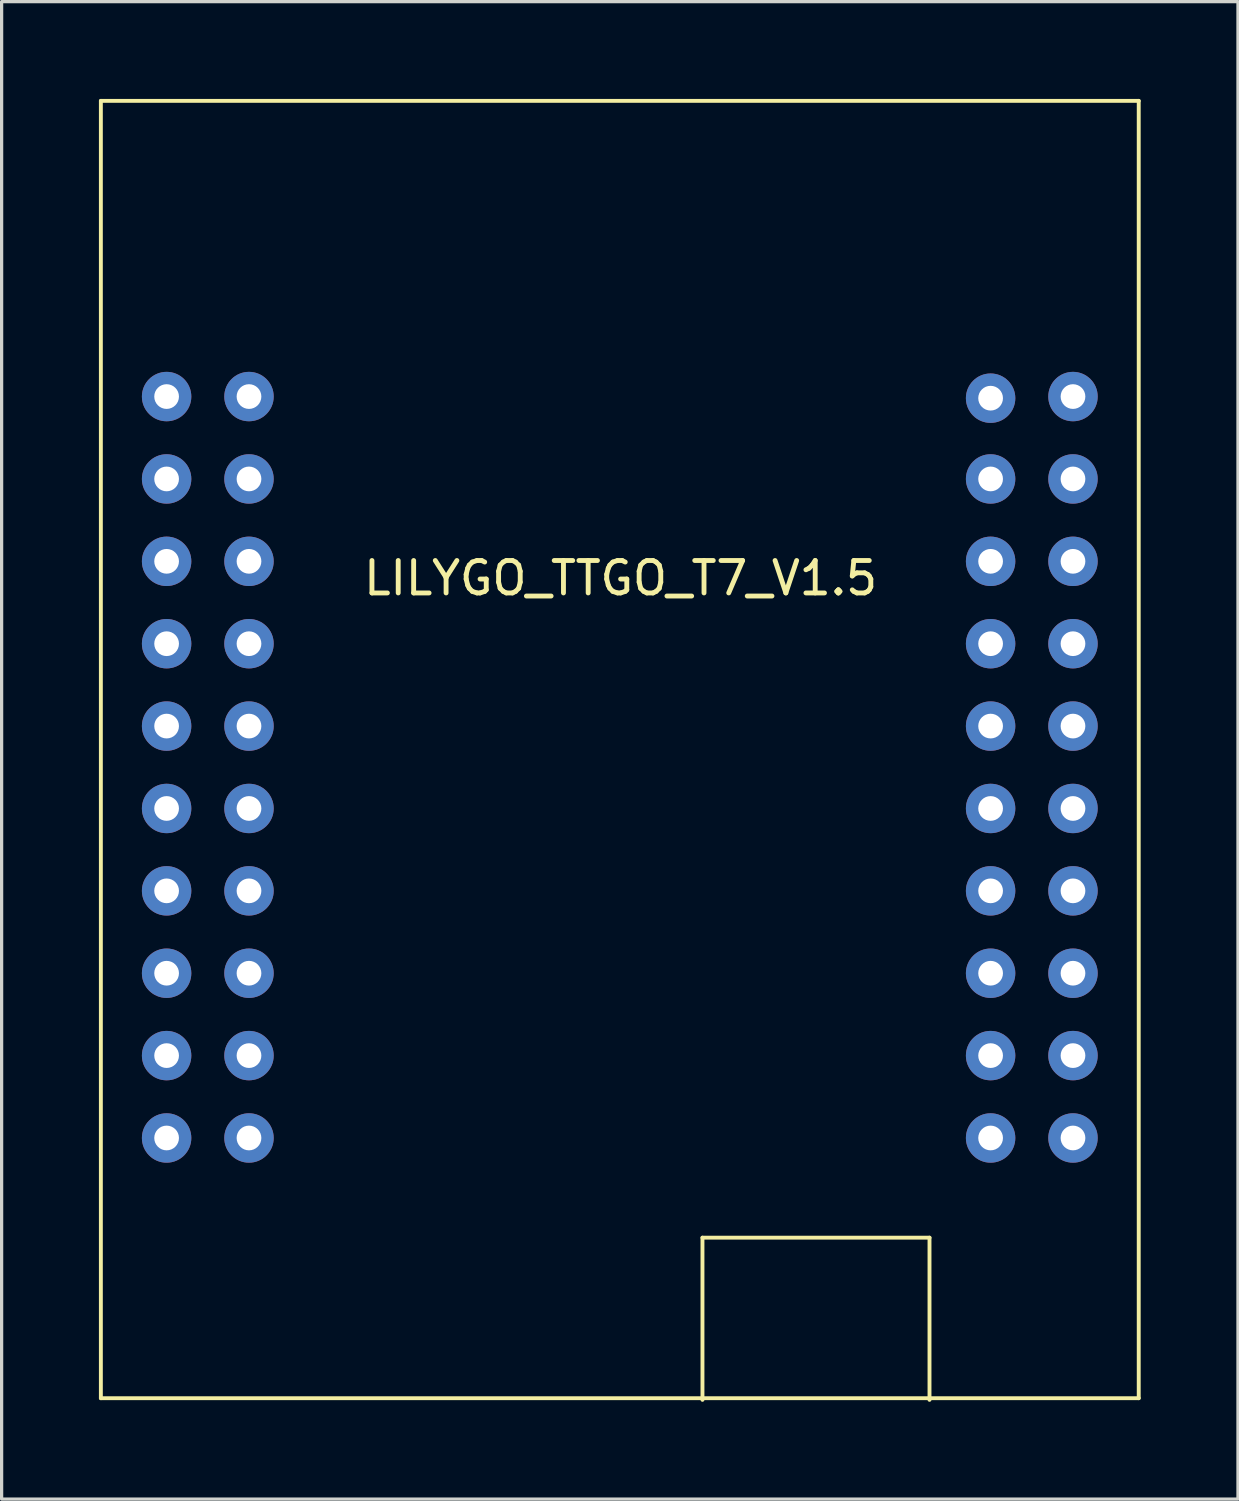
<source format=kicad_pcb>
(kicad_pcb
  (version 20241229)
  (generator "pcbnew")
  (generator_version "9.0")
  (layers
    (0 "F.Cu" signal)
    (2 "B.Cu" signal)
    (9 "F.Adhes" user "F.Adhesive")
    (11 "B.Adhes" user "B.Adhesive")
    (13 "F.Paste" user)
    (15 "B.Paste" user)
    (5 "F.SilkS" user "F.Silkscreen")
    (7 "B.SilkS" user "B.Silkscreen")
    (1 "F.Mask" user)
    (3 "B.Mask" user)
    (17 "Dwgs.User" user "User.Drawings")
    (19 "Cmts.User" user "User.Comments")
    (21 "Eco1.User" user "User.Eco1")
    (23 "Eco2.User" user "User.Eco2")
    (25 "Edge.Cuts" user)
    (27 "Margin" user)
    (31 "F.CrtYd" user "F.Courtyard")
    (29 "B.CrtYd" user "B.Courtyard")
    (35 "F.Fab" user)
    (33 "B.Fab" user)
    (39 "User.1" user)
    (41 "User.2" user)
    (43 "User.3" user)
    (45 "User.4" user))
  (footprint "LILYGO_TTGO_T7_V1.5"
    (layer "F.Cu")
    (at 16.06 20.06)
    (property "Reference" "LILYGO_TTGO_T7_V1.5" (at 0.025 -5.283 180) (layer "F.SilkS") (effects (font (size 1 1) (thickness 0.15))))
    (attr through_hole)
    (fp_line (start -16 -20) (end 16 -20) (stroke (width 0.12) (type solid)) (layer "F.SilkS"))
    (fp_line (start -16 20) (end -16 -20) (stroke (width 0.12) (type solid)) (layer "F.SilkS"))
    (fp_line (start 2.549 15.051) (end 2.549 20.051) (stroke (width 0.12) (type solid)) (layer "F.SilkS"))
    (fp_line (start 9.549 15.051) (end 2.549 15.051) (stroke (width 0.12) (type solid)) (layer "F.SilkS"))
    (fp_line (start 9.549 20.051) (end 9.549 15.051) (stroke (width 0.12) (type solid)) (layer "F.SilkS"))
    (fp_line (start 16 -20) (end 16 20) (stroke (width 0.12) (type solid)) (layer "F.SilkS"))
    (fp_line (start 16 20) (end -16 20) (stroke (width 0.12) (type solid)) (layer "F.SilkS"))
    (pad "0" thru_hole circle (at 13.973 4.357) (size 1.524 1.524) (drill 0.762) (layers "*.Cu" "*.Mask"))
    (pad "1" thru_hole circle (at 11.433 -10.833) (size 1.524 1.524) (drill 0.762) (layers "*.Cu" "*.Mask"))
    (pad "2" thru_hole circle (at 13.973 6.897) (size 1.524 1.524) (drill 0.762) (layers "*.Cu" "*.Mask"))
    (pad "3" thru_hole circle (at 11.433 -8.343) (size 1.524 1.524) (drill 0.762) (layers "*.Cu" "*.Mask"))
    (pad "4" thru_hole circle (at 13.973 1.817) (size 1.524 1.524) (drill 0.762) (layers "*.Cu" "*.Mask"))
    (pad "5" thru_hole circle (at -11.433 4.357) (size 1.524 1.524) (drill 0.762) (layers "*.Cu" "*.Mask"))
    (pad "18" thru_hole circle (at -11.433 -3.263) (size 1.524 1.524) (drill 0.762) (layers "*.Cu" "*.Mask"))
    (pad "19" thru_hole circle (at -11.433 -0.723) (size 1.524 1.524) (drill 0.762) (layers "*.Cu" "*.Mask"))
    (pad "21" thru_hole circle (at 11.433 -3.263) (size 1.524 1.524) (drill 0.762) (layers "*.Cu" "*.Mask"))
    (pad "22" thru_hole circle (at 11.433 -5.803) (size 1.524 1.524) (drill 0.762) (layers "*.Cu" "*.Mask"))
    (pad "23" thru_hole circle (at -11.433 1.817) (size 1.524 1.524) (drill 0.762) (layers "*.Cu" "*.Mask"))
    (pad "25" thru_hole circle (at 11.433 1.817) (size 1.524 1.524) (drill 0.762) (layers "*.Cu" "*.Mask"))
    (pad "26" thru_hole circle (at -11.433 -5.803) (size 1.524 1.524) (drill 0.762) (layers "*.Cu" "*.Mask"))
    (pad "27" thru_hole circle (at 11.433 -0.723) (size 1.524 1.524) (drill 0.762) (layers "*.Cu" "*.Mask"))
    (pad "32" thru_hole circle (at 13.973 -3.263) (size 1.524 1.524) (drill 0.762) (layers "*.Cu" "*.Mask"))
    (pad "33" thru_hole circle (at -13.973 -0.723) (size 1.524 1.524) (drill 0.762) (layers "*.Cu" "*.Mask"))
    (pad "34" thru_hole circle (at -13.973 1.817) (size 1.524 1.524) (drill 0.762) (layers "*.Cu" "*.Mask"))
    (pad "35" thru_hole circle (at -13.973 -3.263) (size 1.524 1.524) (drill 0.762) (layers "*.Cu" "*.Mask"))
    (pad "39" thru_hole circle (at -13.973 -5.803) (size 1.524 1.524) (drill 0.762) (layers "*.Cu" "*.Mask"))
    (pad "60" thru_hole circle (at 11.433 4.357) (size 1.524 1.524) (drill 0.762) (layers "*.Cu" "*.Mask"))
    (pad "61" thru_hole circle (at 13.973 -10.883) (size 1.524 1.524) (drill 0.762) (layers "*.Cu" "*.Mask"))
    (pad "62" thru_hole circle (at -13.973 -10.883) (size 1.524 1.524) (drill 0.762) (layers "*.Cu" "*.Mask"))
    (pad "70" thru_hole circle (at 11.433 6.897) (size 1.524 1.524) (drill 0.762) (layers "*.Cu" "*.Mask"))
    (pad "71" thru_hole circle (at -11.433 6.897) (size 1.524 1.524) (drill 0.762) (layers "*.Cu" "*.Mask"))
    (pad "80" thru_hole circle (at 11.433 9.437) (size 1.524 1.524) (drill 0.762) (layers "*.Cu" "*.Mask"))
    (pad "81" thru_hole circle (at 11.433 11.977) (size 1.524 1.524) (drill 0.762) (layers "*.Cu" "*.Mask"))
    (pad "82" thru_hole circle (at 13.973 -0.723) (size 1.524 1.524) (drill 0.762) (layers "*.Cu" "*.Mask"))
    (pad "83" thru_hole circle (at 13.973 9.437) (size 1.524 1.524) (drill 0.762) (layers "*.Cu" "*.Mask"))
    (pad "84" thru_hole circle (at 13.973 11.977) (size 1.524 1.524) (drill 0.762) (layers "*.Cu" "*.Mask"))
    (pad "85" thru_hole circle (at -11.433 -10.883) (size 1.524 1.524) (drill 0.762) (layers "*.Cu" "*.Mask"))
    (pad "86" thru_hole circle (at -11.433 -8.343) (size 1.524 1.524) (drill 0.762) (layers "*.Cu" "*.Mask"))
    (pad "87" thru_hole circle (at -11.433 9.437) (size 1.524 1.524) (drill 0.762) (layers "*.Cu" "*.Mask"))
    (pad "88" thru_hole circle (at -11.433 11.977) (size 1.524 1.524) (drill 0.762) (layers "*.Cu" "*.Mask"))
    (pad "89" thru_hole circle (at -13.973 -8.343) (size 1.524 1.524) (drill 0.762) (layers "*.Cu" "*.Mask"))
    (pad "90" thru_hole circle (at -13.973 4.357) (size 1.524 1.524) (drill 0.762) (layers "*.Cu" "*.Mask"))
    (pad "91" thru_hole circle (at -13.973 6.897) (size 1.524 1.524) (drill 0.762) (layers "*.Cu" "*.Mask"))
    (pad "92" thru_hole circle (at -13.973 9.437) (size 1.524 1.524) (drill 0.762) (layers "*.Cu" "*.Mask"))
    (pad "93" thru_hole circle (at -13.973 11.977) (size 1.524 1.524) (drill 0.762) (layers "*.Cu" "*.Mask"))
    (pad "251" thru_hole circle (at 13.973 -5.803) (size 1.524 1.524) (drill 0.762) (layers "*.Cu" "*.Mask"))
    (pad "271" thru_hole circle (at 13.973 -8.343) (size 1.524 1.524) (drill 0.762) (layers "*.Cu" "*.Mask")))
  (gr_rect
    (start -3 -3)
    (end 35.12 43.171)
    (stroke (width 0.1) (type default))
    (fill no)
    (layer "Edge.Cuts")))
</source>
